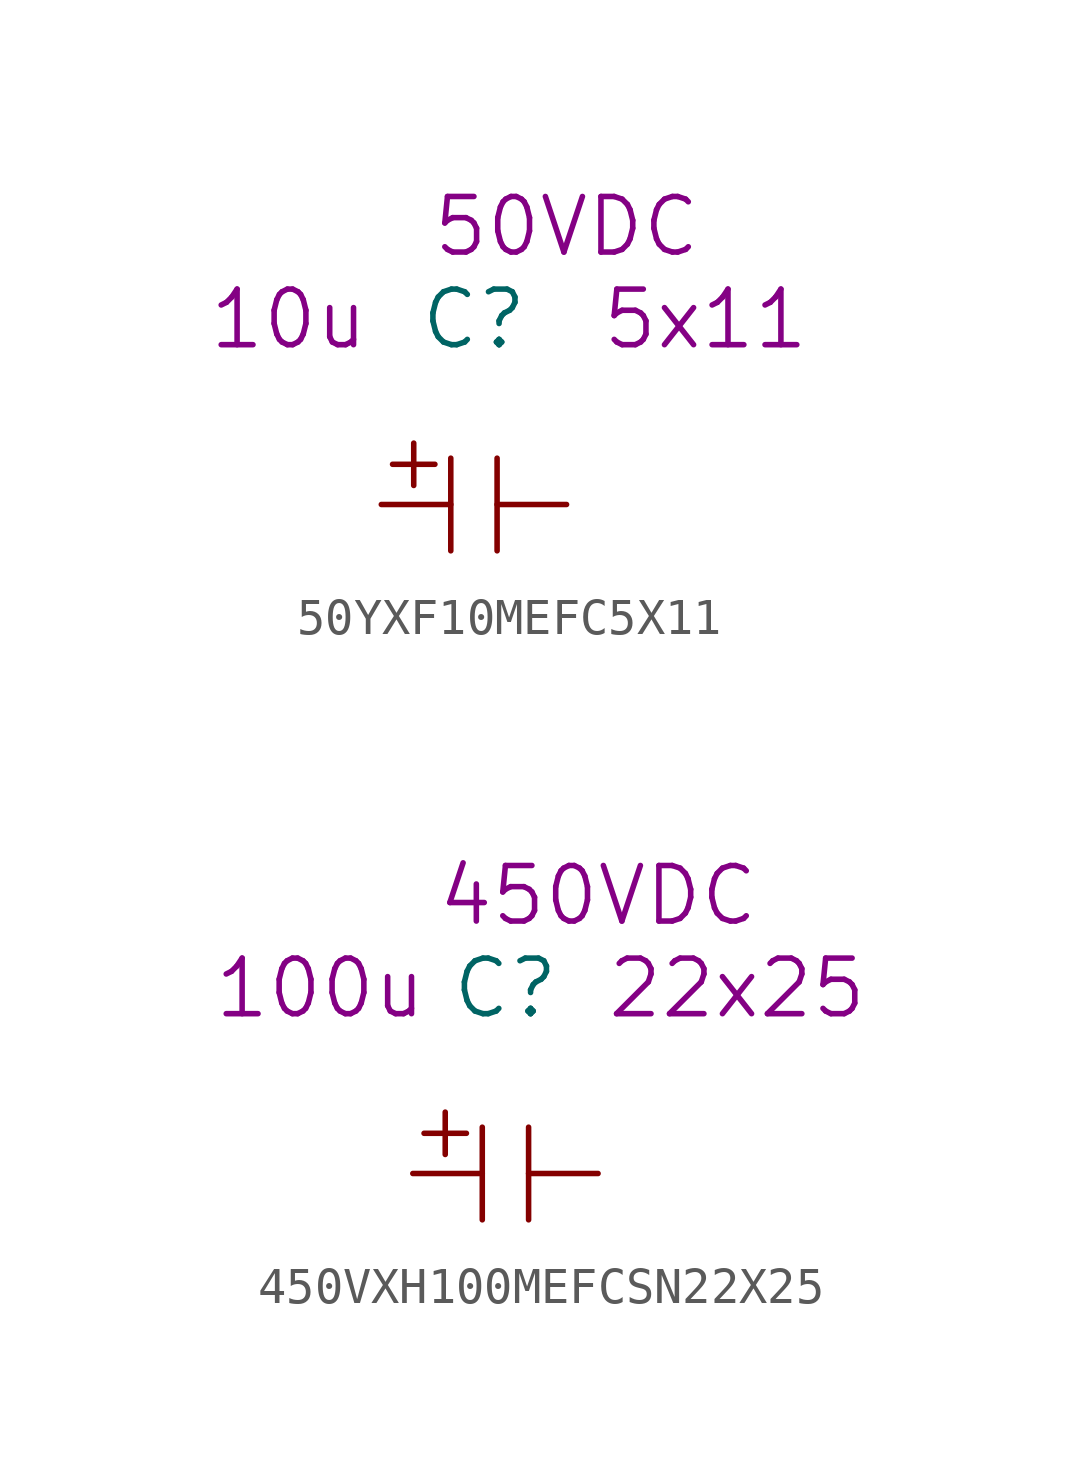
<source format=kicad_sym>
(kicad_symbol_lib
  (version 20220914)
  (generator kicad_symbol_editor)
  (symbol "50YXF10MEFC5X11"
    (pin_numbers hide)
    (pin_names
      (offset 1.016) hide)
    (property "Reference" "C"
      (at 0 5.08 0)
      (effects (font (size 1.524 1.524))))
    (property "Datasheet" ""
      (at 0 5.08 0)
      (effects (font (size 1.524 1.524))))
    (property "Value2" "10u"
      (at -5.08 5.08 0)
      (effects (font (size 1.524 1.524))))
    (property "Size" "5x11"
      (at 6.35 5.08 0)
      (effects (font (size 1.524 1.524))))
    (property "Rating" "50VDC"
      (at 2.54 7.62 0)
      (effects (font (size 1.524 1.524))))
    (symbol "50YXF10MEFC5X11_0_0"
      (text "+" (at -1.651 1.219 0) (effects (font (size 1.524 1.524)))))
    (symbol "50YXF10MEFC5X11_0_1"
      (polyline (pts (xy -0.635 -1.27) (xy -0.635 1.27)) (stroke (width 0) (type solid)) (fill (type none)))
      (polyline (pts (xy 0.635 1.27) (xy 0.635 -1.27)) (stroke (width 0) (type solid)) (fill (type none))))
    (symbol "50YXF10MEFC5X11_1_1"
      (pin passive line (at -2.54 0 0) (length 1.905) (name "A" (effects (font (size 1.27 1.27)))) (number "A" (effects (font (size 1.27 1.27)))))
      (pin passive line (at 2.54 0 180) (length 1.905) (name "C" (effects (font (size 1.27 1.27)))) (number "C" (effects (font (size 1.27 1.27)))))))
  (symbol "450VXH100MEFCSN22X25"
    (pin_numbers hide)
    (pin_names
      (offset 1.016) hide)
    (property "Reference" "C"
      (at 0 5.08 0)
      (effects (font (size 1.524 1.524))))
    (property "Datasheet" ""
      (at 0 5.08 0)
      (effects (font (size 1.524 1.524))))
    (property "Value2" "100u"
      (at -5.08 5.08 0)
      (effects (font (size 1.524 1.524))))
    (property "Size" "22x25"
      (at 6.35 5.08 0)
      (effects (font (size 1.524 1.524))))
    (property "Rating" "450VDC"
      (at 2.54 7.62 0)
      (effects (font (size 1.524 1.524))))
    (symbol "450VXH100MEFCSN22X25_0_0"
      (text "+" (at -1.651 1.219 0) (effects (font (size 1.524 1.524)))))
    (symbol "450VXH100MEFCSN22X25_0_1"
      (polyline (pts (xy -0.635 -1.27) (xy -0.635 1.27)) (stroke (width 0) (type solid)) (fill (type none)))
      (polyline (pts (xy 0.635 1.27) (xy 0.635 -1.27)) (stroke (width 0) (type solid)) (fill (type none))))
    (symbol "450VXH100MEFCSN22X25_1_1"
      (pin passive line (at -2.54 0 0) (length 1.905) (name "A" (effects (font (size 1.27 1.27)))) (number "A" (effects (font (size 1.27 1.27)))))
      (pin passive line (at 2.54 0 180) (length 1.905) (name "C" (effects (font (size 1.27 1.27)))) (number "C" (effects (font (size 1.27 1.27))))))))
</source>
